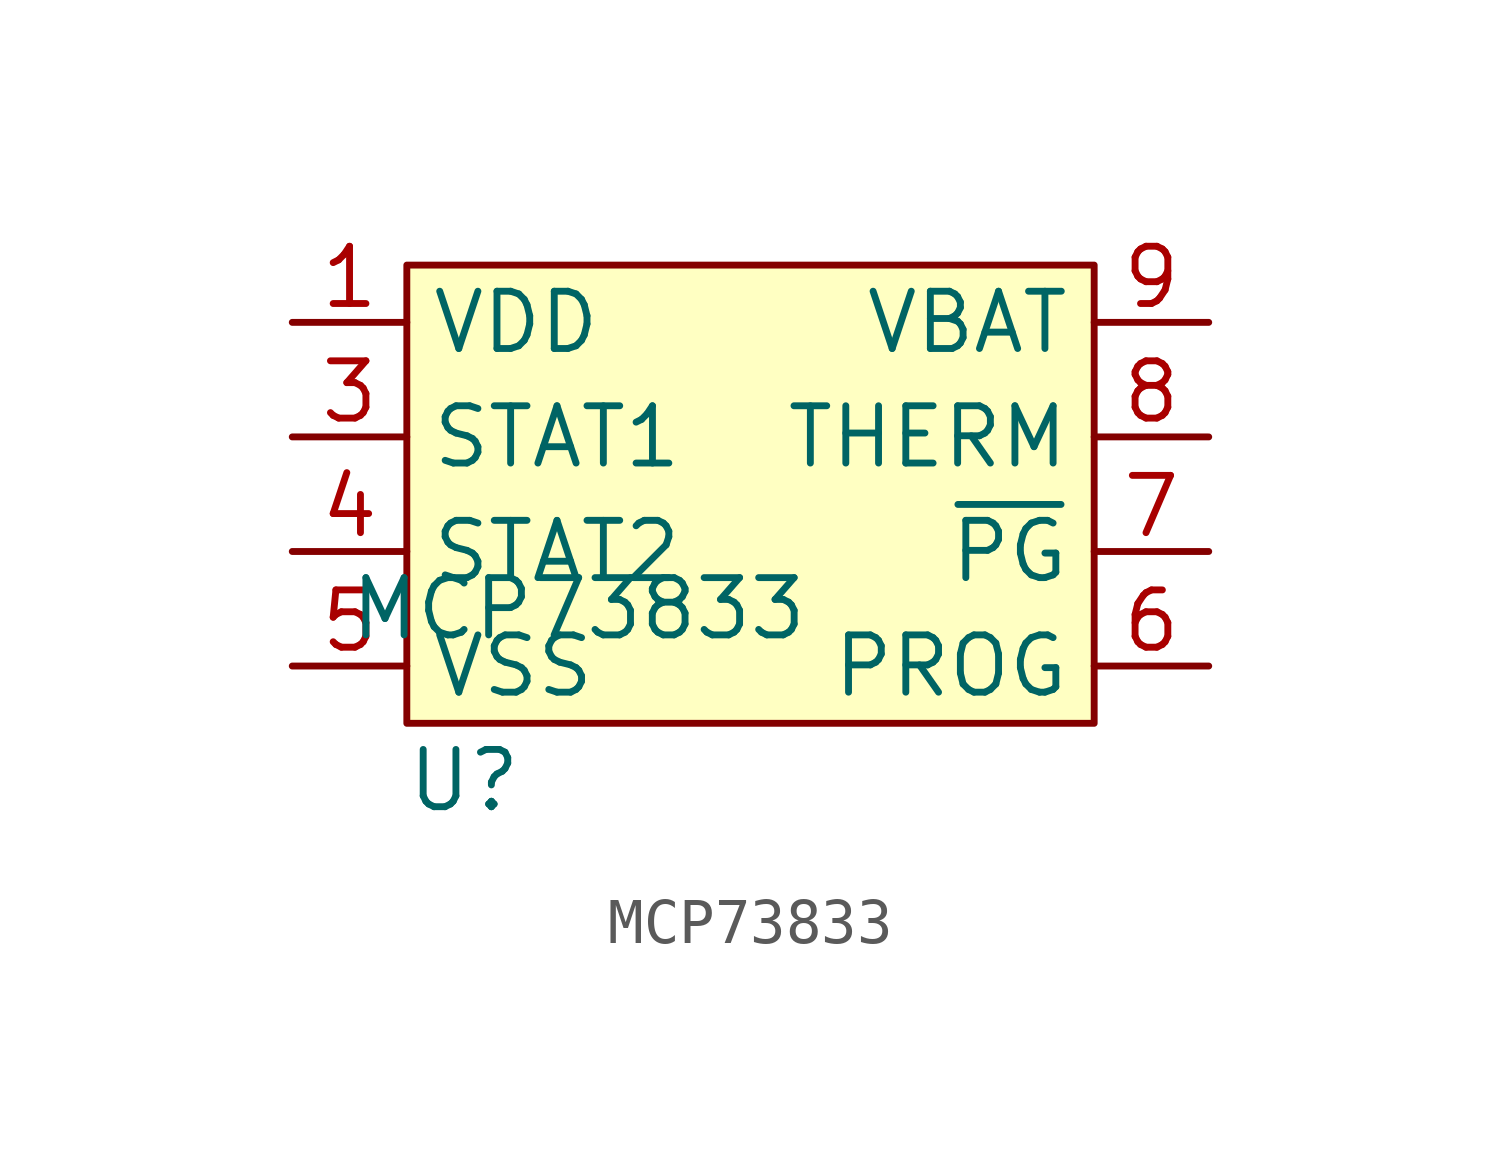
<source format=kicad_sym>
(kicad_symbol_lib
  (version 20220914)
  (generator kicad_symbol_editor)
  (symbol "MCP73833"
    (property "Reference" "U"
      (at -6.35 -6.35 0)
      (effects (font (size 1.27 1.27))))
    (property "Value" "MCP73833"
      (at -3.81 -2.54 0)
      (effects (font (size 1.27 1.27))))
    (symbol "MCP73833_1_1"
      (rectangle (start -7.62 5.08) (end 7.62 -5.08) (stroke (width 0) (type default)) (fill (type background)))
      (pin power_in line (at -10.16 3.81 0) (length 2.54) (name "VDD" (effects (font (size 1.27 1.27)))) (number "1" (effects (font (size 1.27 1.27)))))
      (pin passive line (at 10.16 3.81 180) (length 2.54) hide (name "VBAT" (effects (font (size 1.27 1.27)))) (number "10" (effects (font (size 1.27 1.27)))))
      (pin power_in line (at -10.16 -3.81 0) (length 2.54) hide (name "EP" (effects (font (size 1.27 1.27)))) (number "11" (effects (font (size 1.27 1.27)))))
      (pin power_in line (at -10.16 3.81 0) (length 2.54) hide (name "VDD" (effects (font (size 1.27 1.27)))) (number "2" (effects (font (size 1.27 1.27)))))
      (pin output line (at -10.16 1.27 0) (length 2.54) (name "STAT1" (effects (font (size 1.27 1.27)))) (number "3" (effects (font (size 1.27 1.27)))))
      (pin output line (at -10.16 -1.27 0) (length 2.54) (name "STAT2" (effects (font (size 1.27 1.27)))) (number "4" (effects (font (size 1.27 1.27)))))
      (pin power_in line (at -10.16 -3.81 0) (length 2.54) (name "VSS" (effects (font (size 1.27 1.27)))) (number "5" (effects (font (size 1.27 1.27)))))
      (pin input line (at 10.16 -3.81 180) (length 2.54) (name "PROG" (effects (font (size 1.27 1.27)))) (number "6" (effects (font (size 1.27 1.27)))))
      (pin output line (at 10.16 -1.27 180) (length 2.54) (name "~{PG}" (effects (font (size 1.27 1.27)))) (number "7" (effects (font (size 1.27 1.27)))))
      (pin passive line (at 10.16 1.27 180) (length 2.54) (name "THERM" (effects (font (size 1.27 1.27)))) (number "8" (effects (font (size 1.27 1.27)))))
      (pin passive line (at 10.16 3.81 180) (length 2.54) (name "VBAT" (effects (font (size 1.27 1.27)))) (number "9" (effects (font (size 1.27 1.27))))))))
</source>
